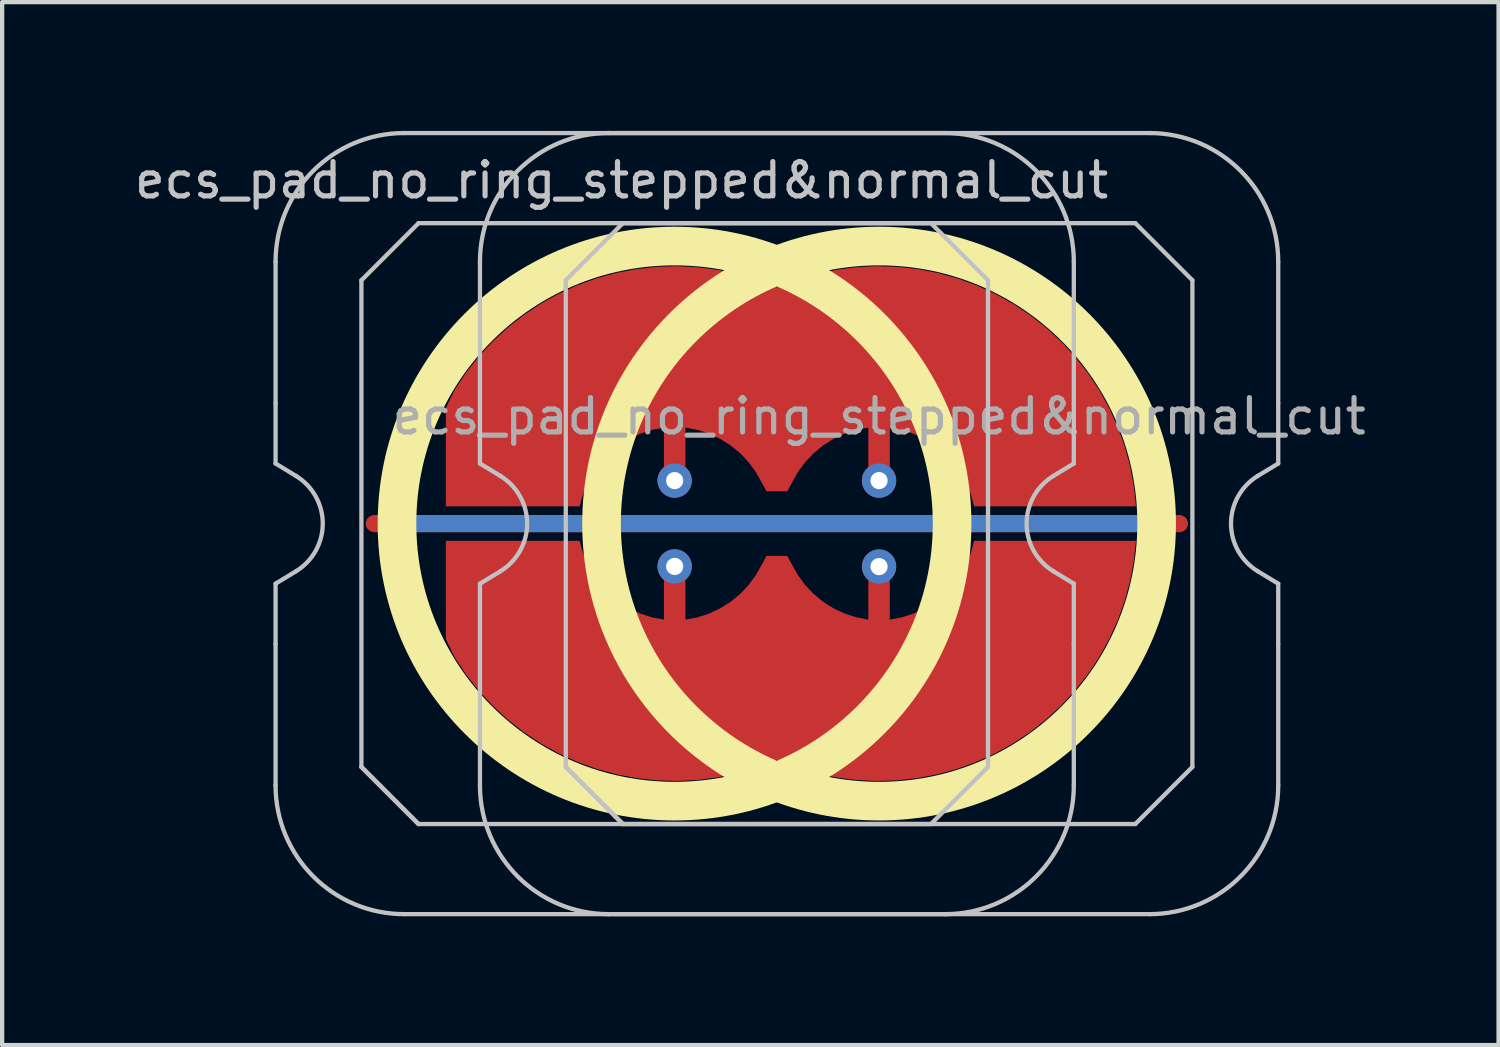
<source format=kicad_pcb>
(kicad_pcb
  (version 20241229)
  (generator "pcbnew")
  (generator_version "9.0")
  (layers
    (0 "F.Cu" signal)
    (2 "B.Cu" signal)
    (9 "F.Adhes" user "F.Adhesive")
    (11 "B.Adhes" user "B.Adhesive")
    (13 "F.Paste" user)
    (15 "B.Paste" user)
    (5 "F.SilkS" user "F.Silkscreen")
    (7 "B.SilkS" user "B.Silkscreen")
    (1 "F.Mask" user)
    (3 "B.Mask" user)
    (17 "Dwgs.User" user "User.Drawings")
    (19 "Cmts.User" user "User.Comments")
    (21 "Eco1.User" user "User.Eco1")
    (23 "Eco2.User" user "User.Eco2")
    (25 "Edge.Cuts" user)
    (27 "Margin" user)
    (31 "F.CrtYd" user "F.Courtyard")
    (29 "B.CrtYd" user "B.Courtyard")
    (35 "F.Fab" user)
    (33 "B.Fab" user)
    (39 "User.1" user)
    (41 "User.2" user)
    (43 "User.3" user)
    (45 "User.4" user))
  (footprint "ecs_pad_no_ring_stepped&normal_cut"
    (layer "F.Cu")
    (at 17.433 9.15)
    (property "Reference" "ecs_pad_no_ring_stepped&normal_cut" (at -6 -8 0) (layer "Dwgs.User") (effects (font (size 0.8 0.8) (thickness 0.12))))
    (attr smd)
    (fp_circle (center -4.766 0) (end 1.701 0) (stroke (width 0.9) (type solid)) (fill no) (layer "F.SilkS"))
    (fp_circle (center 0 0) (end 6.467 0) (stroke (width 0.9) (type solid)) (fill no) (layer "F.SilkS"))
    (fp_line (start -14.062 -2.805) (end -14.062 -6.1) (stroke (width 0.1) (type solid)) (layer "Dwgs.User"))
    (fp_line (start -14.062 -1.4) (end -14.062 -2.805) (stroke (width 0.1) (type solid)) (layer "Dwgs.User"))
    (fp_line (start -14.062 1.4) (end -13.587 1.111) (stroke (width 0.1) (type solid)) (layer "Dwgs.User"))
    (fp_line (start -14.062 2.805) (end -14.062 1.4) (stroke (width 0.1) (type solid)) (layer "Dwgs.User"))
    (fp_line (start -14.062 6.1) (end -14.062 2.805) (stroke (width 0.1) (type solid)) (layer "Dwgs.User"))
    (fp_line (start -13.587 -1.111) (end -14.062 -1.4) (stroke (width 0.1) (type solid)) (layer "Dwgs.User"))
    (fp_line (start -12.062 -5.67) (end -10.732 -7) (stroke (width 0.1) (type solid)) (layer "Dwgs.User"))
    (fp_line (start -12.062 5.67) (end -12.062 -5.67) (stroke (width 0.1) (type solid)) (layer "Dwgs.User"))
    (fp_line (start -12.062 5.67) (end -10.732 7) (stroke (width 0.1) (type solid)) (layer "Dwgs.User"))
    (fp_line (start -11.062 -9.1) (end 1.538 -9.1) (stroke (width 0.1) (type solid)) (layer "Dwgs.User"))
    (fp_line (start -10.732 -7) (end 1.208 -7) (stroke (width 0.1) (type solid)) (layer "Dwgs.User"))
    (fp_line (start -10.732 7) (end -12.062 5.67) (stroke (width 0.1) (type solid)) (layer "Dwgs.User"))
    (fp_line (start -9.3 -2.805) (end -9.3 -6.1) (stroke (width 0.1) (type solid)) (layer "Dwgs.User"))
    (fp_line (start -9.3 -1.4) (end -9.3 -2.805) (stroke (width 0.1) (type solid)) (layer "Dwgs.User"))
    (fp_line (start -9.3 1.4) (end -8.824 1.111) (stroke (width 0.1) (type solid)) (layer "Dwgs.User"))
    (fp_line (start -9.3 2.805) (end -9.3 1.4) (stroke (width 0.1) (type solid)) (layer "Dwgs.User"))
    (fp_line (start -9.3 6.1) (end -9.3 2.805) (stroke (width 0.1) (type solid)) (layer "Dwgs.User"))
    (fp_line (start -8.824 -1.111) (end -9.3 -1.4) (stroke (width 0.1) (type solid)) (layer "Dwgs.User"))
    (fp_line (start -7.3 -5.67) (end -5.97 -7) (stroke (width 0.1) (type solid)) (layer "Dwgs.User"))
    (fp_line (start -7.3 5.67) (end -7.3 -5.67) (stroke (width 0.1) (type solid)) (layer "Dwgs.User"))
    (fp_line (start -7.3 5.67) (end -5.97 7) (stroke (width 0.1) (type solid)) (layer "Dwgs.User"))
    (fp_line (start -6.3 -9.1) (end 6.3 -9.1) (stroke (width 0.1) (type solid)) (layer "Dwgs.User"))
    (fp_line (start -5.97 -7) (end 5.97 -7) (stroke (width 0.1) (type solid)) (layer "Dwgs.User"))
    (fp_line (start -5.97 7) (end -7.3 5.67) (stroke (width 0.1) (type solid)) (layer "Dwgs.User"))
    (fp_line (start 1.208 -7) (end 2.538 -5.67) (stroke (width 0.1) (type solid)) (layer "Dwgs.User"))
    (fp_line (start 1.208 7) (end -10.732 7) (stroke (width 0.1) (type solid)) (layer "Dwgs.User"))
    (fp_line (start 1.538 9.1) (end -11.062 9.1) (stroke (width 0.1) (type solid)) (layer "Dwgs.User"))
    (fp_line (start 2.538 -5.67) (end 2.538 5.67) (stroke (width 0.1) (type solid)) (layer "Dwgs.User"))
    (fp_line (start 2.538 5.67) (end 1.208 7) (stroke (width 0.1) (type solid)) (layer "Dwgs.User"))
    (fp_line (start 4.062 1.111) (end 4.537 1.4) (stroke (width 0.1) (type solid)) (layer "Dwgs.User"))
    (fp_line (start 4.537 -6.1) (end 4.537 -2.805) (stroke (width 0.1) (type solid)) (layer "Dwgs.User"))
    (fp_line (start 4.537 -2.805) (end 4.537 -1.4) (stroke (width 0.1) (type solid)) (layer "Dwgs.User"))
    (fp_line (start 4.537 -1.4) (end 4.062 -1.111) (stroke (width 0.1) (type solid)) (layer "Dwgs.User"))
    (fp_line (start 4.537 1.4) (end 4.537 2.805) (stroke (width 0.1) (type solid)) (layer "Dwgs.User"))
    (fp_line (start 4.537 2.805) (end 4.537 6.1) (stroke (width 0.1) (type solid)) (layer "Dwgs.User"))
    (fp_line (start 5.97 -7) (end 7.3 -5.67) (stroke (width 0.1) (type solid)) (layer "Dwgs.User"))
    (fp_line (start 5.97 7) (end -5.97 7) (stroke (width 0.1) (type solid)) (layer "Dwgs.User"))
    (fp_line (start 6.3 9.1) (end -6.3 9.1) (stroke (width 0.1) (type solid)) (layer "Dwgs.User"))
    (fp_line (start 7.3 -5.67) (end 7.3 5.67) (stroke (width 0.1) (type solid)) (layer "Dwgs.User"))
    (fp_line (start 7.3 5.67) (end 5.97 7) (stroke (width 0.1) (type solid)) (layer "Dwgs.User"))
    (fp_line (start 8.824 1.111) (end 9.3 1.4) (stroke (width 0.1) (type solid)) (layer "Dwgs.User"))
    (fp_line (start 9.3 -6.1) (end 9.3 -2.805) (stroke (width 0.1) (type solid)) (layer "Dwgs.User"))
    (fp_line (start 9.3 -2.805) (end 9.3 -1.4) (stroke (width 0.1) (type solid)) (layer "Dwgs.User"))
    (fp_line (start 9.3 -1.4) (end 8.824 -1.111) (stroke (width 0.1) (type solid)) (layer "Dwgs.User"))
    (fp_line (start 9.3 1.4) (end 9.3 2.805) (stroke (width 0.1) (type solid)) (layer "Dwgs.User"))
    (fp_line (start 9.3 2.805) (end 9.3 6.1) (stroke (width 0.1) (type solid)) (layer "Dwgs.User"))
    (fp_arc (start -14.0625 -6.1) (mid -13.18382 -8.22132) (end -11.0625 -9.1) (stroke (width 0.1) (type solid)) (layer "Dwgs.User"))
    (fp_arc (start -13.586833 -1.110619) (mid -12.9625 0) (end -13.586833 1.110619) (stroke (width 0.1) (type solid)) (layer "Dwgs.User"))
    (fp_arc (start -11.0625 9.1) (mid -13.18382 8.22132) (end -14.0625 6.1) (stroke (width 0.1) (type solid)) (layer "Dwgs.User"))
    (fp_arc (start -9.3 -6.1) (mid -8.42132 -8.22132) (end -6.3 -9.1) (stroke (width 0.1) (type solid)) (layer "Dwgs.User"))
    (fp_arc (start -8.824333 -1.110619) (mid -8.2 0) (end -8.824333 1.110619) (stroke (width 0.1) (type solid)) (layer "Dwgs.User"))
    (fp_arc (start -6.3 9.1) (mid -8.42132 8.22132) (end -9.3 6.1) (stroke (width 0.1) (type solid)) (layer "Dwgs.User"))
    (fp_arc (start 1.5375 -9.1) (mid 3.65882 -8.22132) (end 4.5375 -6.1) (stroke (width 0.1) (type solid)) (layer "Dwgs.User"))
    (fp_arc (start 4.061833 1.110619) (mid 3.4375 0) (end 4.061833 -1.110619) (stroke (width 0.1) (type solid)) (layer "Dwgs.User"))
    (fp_arc (start 4.5375 6.1) (mid 3.65882 8.22132) (end 1.5375 9.1) (stroke (width 0.1) (type solid)) (layer "Dwgs.User"))
    (fp_arc (start 6.3 -9.1) (mid 8.42132 -8.22132) (end 9.3 -6.1) (stroke (width 0.1) (type solid)) (layer "Dwgs.User"))
    (fp_arc (start 8.824333 1.110619) (mid 8.2 0) (end 8.824333 -1.110619) (stroke (width 0.1) (type solid)) (layer "Dwgs.User"))
    (fp_arc (start 9.3 6.1) (mid 8.42132 8.22132) (end 6.3 9.1) (stroke (width 0.1) (type solid)) (layer "Dwgs.User"))
    (fp_text user "${REFERENCE}" (at 0 -2.5 0) (layer "F.Fab") (effects (font (size 0.8 0.8) (thickness 0.12))))
    (pad "1" smd custom (at -4.763 -1.002 180) (size 0.169 0.169) (layers "F.Cu") (options (anchor circle)) (primitives (gr_poly (pts (xy 0.231 -0.096) (xy 0.177 -0.177) (xy 0.096 -0.231) (xy 0 -0.25) (xy -0.096 -0.231) (xy -0.177 -0.177) (xy -0.231 -0.096) (xy -0.25 0) (xy -0.25 1.236) (xy -0.532 1.182) (xy -0.805 1.093) (xy -1.064 0.971) (xy -1.307 0.817) (xy -1.528 0.635) (xy -1.725 0.426) (xy -1.894 0.194) (xy -2.034 -0.056) (xy -2.141 -0.25) (xy -2.622 -0.25) (xy -2.729 -0.056) (xy -2.868 0.194) (xy -3.038 0.426) (xy -3.235 0.635) (xy -3.456 0.817) (xy -3.698 0.971) (xy -3.958 1.093) (xy -4.231 1.182) (xy -4.512 1.236) (xy -4.512 0) (xy -4.532 -0.096) (xy -4.586 -0.177) (xy -4.667 -0.231) (xy -4.763 -0.25) (xy -4.858 -0.231) (xy -4.939 -0.177) (xy -4.993 -0.096) (xy -5.013 0) (xy -5.013 1.236) (xy -5.294 1.182) (xy -5.567 1.093) (xy -5.827 0.971) (xy -6.069 0.817) (xy -6.29 0.635) (xy -6.487 0.426) (xy -6.657 0.194) (xy -6.796 -0.056) (xy -6.903 -0.323) (xy -6.976 -0.6) (xy -10.748 -0.6) (xy -10.697 -0.125) (xy -10.609 0.344) (xy -10.483 0.805) (xy -10.321 1.255) (xy -10.123 1.69) (xy -9.892 2.108) (xy -9.628 2.506) (xy -9.333 2.882) (xy -9.01 3.233) (xy -8.659 3.557) (xy -8.284 3.853) (xy -7.886 4.118) (xy -7.469 4.35) (xy -7.034 4.548) (xy -6.585 4.711) (xy -6.125 4.838) (xy -5.655 4.928) (xy -5.18 4.98) (xy -4.703 4.995) (xy -4.226 4.971) (xy -3.752 4.909) (xy -3.285 4.81) (xy -2.827 4.674) (xy -2.381 4.502) (xy -1.936 4.674) (xy -1.478 4.81) (xy -1.01 4.909) (xy -0.537 4.971) (xy -0.06 4.995) (xy 0.418 4.98) (xy 0.893 4.928) (xy 1.362 4.838) (xy 1.823 4.711) (xy 2.272 4.548) (xy 2.706 4.35) (xy 3.124 4.118) (xy 3.521 3.853) (xy 3.897 3.557) (xy 4.247 3.233) (xy 4.571 2.882) (xy 4.866 2.506) (xy 5.129 2.108) (xy 5.332 1.69) (xy 5.332 -0.6) (xy 2.214 -0.6) (xy 2.141 -0.323) (xy 2.034 -0.056) (xy 1.894 0.194) (xy 1.725 0.426) (xy 1.528 0.635) (xy 1.307 0.817) (xy 1.064 0.971) (xy 0.805 1.093) (xy 0.532 1.182) (xy 0.25 1.236) (xy 0.25 0)) (width 0) (fill yes))))
    (pad "1" thru_hole circle (at -4.763 -1.002 270) (size 0.8 0.8) (drill 0.4) (layers "*.Cu"))
    (pad "1" thru_hole circle (at -0.001 -1.002 270) (size 0.8 0.8) (drill 0.4) (layers "*.Cu"))
    (pad "2" thru_hole circle (at -4.763 0.998 270) (size 0.8 0.8) (drill 0.4) (layers "*.Cu"))
    (pad "2" smd custom (at -4.763 1.002) (size 0.169 0.169) (layers "F.Cu") (options (anchor circle)) (primitives (gr_poly (pts (xy -0.231 -0.096) (xy -0.177 -0.177) (xy -0.096 -0.231) (xy 0 -0.25) (xy 0.096 -0.231) (xy 0.177 -0.177) (xy 0.231 -0.096) (xy 0.25 0) (xy 0.25 1.236) (xy 0.532 1.182) (xy 0.805 1.093) (xy 1.064 0.971) (xy 1.307 0.817) (xy 1.528 0.635) (xy 1.725 0.426) (xy 1.894 0.194) (xy 2.034 -0.056) (xy 2.141 -0.25) (xy 2.622 -0.25) (xy 2.729 -0.056) (xy 2.868 0.194) (xy 3.038 0.426) (xy 3.235 0.635) (xy 3.456 0.817) (xy 3.698 0.971) (xy 3.958 1.093) (xy 4.231 1.182) (xy 4.512 1.236) (xy 4.512 0) (xy 4.532 -0.096) (xy 4.586 -0.177) (xy 4.667 -0.231) (xy 4.763 -0.25) (xy 4.858 -0.231) (xy 4.939 -0.177) (xy 4.993 -0.096) (xy 5.013 0) (xy 5.013 1.236) (xy 5.294 1.182) (xy 5.567 1.093) (xy 5.827 0.971) (xy 6.069 0.817) (xy 6.29 0.635) (xy 6.487 0.426) (xy 6.657 0.194) (xy 6.796 -0.056) (xy 6.903 -0.323) (xy 6.976 -0.6) (xy 10.748 -0.6) (xy 10.697 -0.125) (xy 10.609 0.344) (xy 10.483 0.805) (xy 10.321 1.255) (xy 10.123 1.69) (xy 9.892 2.108) (xy 9.628 2.506) (xy 9.333 2.882) (xy 9.01 3.233) (xy 8.659 3.557) (xy 8.284 3.853) (xy 7.886 4.118) (xy 7.469 4.35) (xy 7.034 4.548) (xy 6.585 4.711) (xy 6.125 4.838) (xy 5.655 4.928) (xy 5.18 4.98) (xy 4.703 4.995) (xy 4.226 4.971) (xy 3.752 4.909) (xy 3.285 4.81) (xy 2.827 4.674) (xy 2.381 4.502) (xy 1.936 4.674) (xy 1.478 4.81) (xy 1.01 4.909) (xy 0.537 4.971) (xy 0.06 4.995) (xy -0.418 4.98) (xy -0.893 4.928) (xy -1.362 4.838) (xy -1.823 4.711) (xy -2.272 4.548) (xy -2.706 4.35) (xy -3.124 4.118) (xy -3.521 3.853) (xy -3.897 3.557) (xy -4.247 3.233) (xy -4.571 2.882) (xy -4.866 2.506) (xy -5.129 2.108) (xy -5.332 1.69) (xy -5.332 -0.6) (xy -2.214 -0.6) (xy -2.141 -0.323) (xy -2.034 -0.056) (xy -1.894 0.194) (xy -1.725 0.426) (xy -1.528 0.635) (xy -1.307 0.817) (xy -1.064 0.971) (xy -0.805 1.093) (xy -0.532 1.182) (xy -0.25 1.236) (xy -0.25 0)) (width 0) (fill yes))))
    (pad "2" thru_hole circle (at -0.001 1.002 270) (size 0.8 0.8) (drill 0.4) (layers "*.Cu"))
    (pad "3" smd custom (at 0 0 90) (size 0.4 0.4) (layers "F.Cu") (options (anchor rect)) (primitives (gr_line (start 0 -11.763) (end 0 7) (width 0.4))))
    (pad "3" smd custom (at 0 0 90) (size 0.4 0.4) (layers "B.Cu") (options (anchor rect)) (primitives (gr_line (start 0 -11.263) (end 0 6.5) (width 0.4))))
    (zone (net_name "") (layer "F.Cu") (hatch edge 0.508) (connect_pads) (min_thickness 0.254) (filled_areas_thickness no) (keepout (tracks allowed) (vias allowed) (pads allowed) (copperpour not_allowed) (footprints allowed)) (placement (enabled no)) (fill) (polygon (pts (xy 12.67 16.155) (xy 13.183 16.136) (xy 13.694 16.08) (xy 14.198 15.986) (xy 14.695 15.856) (xy 15.181 15.69) (xy 15.653 15.488) (xy 16.109 15.253) (xy 16.547 14.985) (xy 16.964 14.685) (xy 17.358 14.356) (xy 17.726 13.998) (xy 18.068 13.615) (xy 18.38 13.208) (xy 18.662 12.779) (xy 18.912 12.33) (xy 19.128 11.865) (xy 19.309 11.384) (xy 19.455 10.892) (xy 19.565 10.39) (xy 19.637 9.882) (xy 19.672 9.37) (xy 19.669 8.857) (xy 19.629 8.345) (xy 19.551 7.837) (xy 19.437 7.337) (xy 19.286 6.846) (xy 19.099 6.368) (xy 18.878 5.905) (xy 18.624 5.459) (xy 18.337 5.033) (xy 18.021 4.629) (xy 17.675 4.249) (xy 17.303 3.896) (xy 16.905 3.57) (xy 16.485 3.275) (xy 16.045 3.012) (xy 15.586 2.781) (xy 15.112 2.584) (xy 14.625 2.423) (xy 14.127 2.298) (xy 13.621 2.21) (xy 13.11 2.159) (xy 12.597 2.145) (xy 12.084 2.17) (xy 11.575 2.231) (xy 11.071 2.33) (xy 10.576 2.466) (xy 10.092 2.637) (xy 9.622 2.843) (xy 9.168 3.084) (xy 8.733 3.356) (xy 8.319 3.66) (xy 7.929 3.994) (xy 7.564 4.355) (xy 7.227 4.742) (xy 6.918 5.152) (xy 6.641 5.584) (xy 6.396 6.035) (xy 6.185 6.503) (xy 6.008 6.985) (xy 5.868 7.479) (xy 5.764 7.982) (xy 5.697 8.491) (xy 5.667 9.003) (xy 5.675 9.517) (xy 5.721 10.028) (xy 5.804 10.535) (xy 5.923 11.034) (xy 6.08 11.523) (xy 6.271 11.999) (xy 6.497 12.46) (xy 6.756 12.903) (xy 7.047 13.326) (xy 7.368 13.727) (xy 7.717 14.103) (xy 8.093 14.453) (xy 8.494 14.774) (xy 8.917 15.064) (xy 9.36 15.323) (xy 9.821 15.549) (xy 10.298 15.741) (xy 10.787 15.897) (xy 11.286 16.017) (xy 11.792 16.1) (xy 12.304 16.145))))
    (zone (net_name "") (layer "F.Cu") (hatch edge 0.508) (connect_pads) (min_thickness 0.254) (filled_areas_thickness no) (keepout (tracks allowed) (vias allowed) (pads allowed) (copperpour not_allowed) (footprints allowed)) (placement (enabled no)) (fill) (polygon (pts (xy 17.433 2.143) (xy 16.92 2.162) (xy 16.41 2.218) (xy 15.905 2.312) (xy 15.409 2.442) (xy 14.923 2.608) (xy 14.451 2.81) (xy 13.995 3.045) (xy 13.557 3.313) (xy 13.14 3.613) (xy 12.746 3.942) (xy 12.377 4.3) (xy 12.036 4.683) (xy 11.723 5.09) (xy 11.442 5.519) (xy 11.192 5.968) (xy 10.976 6.433) (xy 10.794 6.914) (xy 10.649 7.406) (xy 10.539 7.908) (xy 10.467 8.416) (xy 10.432 8.928) (xy 10.435 9.441) (xy 10.475 9.953) (xy 10.553 10.461) (xy 10.667 10.961) (xy 10.818 11.452) (xy 11.005 11.93) (xy 11.226 12.393) (xy 11.48 12.839) (xy 11.766 13.265) (xy 12.083 13.669) (xy 12.429 14.049) (xy 12.801 14.402) (xy 13.198 14.728) (xy 13.618 15.023) (xy 14.059 15.286) (xy 14.517 15.517) (xy 14.992 15.714) (xy 15.479 15.875) (xy 15.977 16) (xy 16.483 16.088) (xy 16.993 16.139) (xy 17.507 16.153) (xy 18.019 16.128) (xy 18.529 16.067) (xy 19.033 15.968) (xy 19.528 15.832) (xy 20.012 15.661) (xy 20.482 15.455) (xy 20.936 15.214) (xy 21.371 14.942) (xy 21.784 14.638) (xy 22.175 14.304) (xy 22.54 13.943) (xy 22.877 13.556) (xy 23.185 13.146) (xy 23.463 12.714) (xy 23.708 12.263) (xy 23.919 11.795) (xy 24.095 11.313) (xy 24.236 10.819) (xy 24.34 10.316) (xy 24.407 9.807) (xy 24.437 9.295) (xy 24.429 8.781) (xy 24.383 8.27) (xy 24.3 7.763) (xy 24.18 7.264) (xy 24.024 6.775) (xy 23.833 6.299) (xy 23.607 5.838) (xy 23.348 5.395) (xy 23.057 4.972) (xy 22.736 4.571) (xy 22.387 4.195) (xy 22.01 3.845) (xy 21.61 3.524) (xy 21.187 3.234) (xy 20.744 2.975) (xy 20.282 2.749) (xy 19.806 2.557) (xy 19.317 2.401) (xy 18.818 2.281) (xy 18.311 2.198) (xy 17.8 2.153))))
    (zone (net_name "") (layer "B.Cu") (hatch edge 0.508) (connect_pads) (min_thickness 0.254) (filled_areas_thickness no) (keepout (tracks allowed) (vias allowed) (pads allowed) (copperpour not_allowed) (footprints allowed)) (placement (enabled no)) (fill) (polygon (pts (xy 12.67 15.708) (xy 13.185 15.688) (xy 13.696 15.628) (xy 14.201 15.527) (xy 14.697 15.387) (xy 15.18 15.209) (xy 15.648 14.993) (xy 16.097 14.742) (xy 16.525 14.456) (xy 16.93 14.137) (xy 17.308 13.787) (xy 17.657 13.409) (xy 17.976 13.005) (xy 18.262 12.577) (xy 18.514 12.127) (xy 18.729 11.66) (xy 18.908 11.177) (xy 19.047 10.681) (xy 19.148 10.176) (xy 19.208 9.665) (xy 19.229 9.15) (xy 19.208 8.635) (xy 19.148 8.124) (xy 19.047 7.619) (xy 18.908 7.123) (xy 18.729 6.64) (xy 18.514 6.173) (xy 18.262 5.723) (xy 17.976 5.295) (xy 17.657 4.891) (xy 17.308 4.513) (xy 16.93 4.163) (xy 16.525 3.844) (xy 16.097 3.558) (xy 15.648 3.307) (xy 15.18 3.091) (xy 14.697 2.913) (xy 14.201 2.773) (xy 13.696 2.672) (xy 13.185 2.612) (xy 12.67 2.592) (xy 12.156 2.612) (xy 11.644 2.672) (xy 11.139 2.773) (xy 10.644 2.913) (xy 10.161 3.091) (xy 9.693 3.307) (xy 9.244 3.558) (xy 8.815 3.844) (xy 8.411 4.163) (xy 8.033 4.513) (xy 7.683 4.891) (xy 7.365 5.295) (xy 7.079 5.723) (xy 6.827 6.173) (xy 6.611 6.64) (xy 6.433 7.123) (xy 6.293 7.619) (xy 6.193 8.124) (xy 6.132 8.635) (xy 6.112 9.15) (xy 6.132 9.665) (xy 6.193 10.176) (xy 6.293 10.681) (xy 6.433 11.177) (xy 6.611 11.66) (xy 6.827 12.127) (xy 7.079 12.577) (xy 7.365 13.005) (xy 7.683 13.409) (xy 8.033 13.787) (xy 8.411 14.137) (xy 8.815 14.456) (xy 9.244 14.742) (xy 9.693 14.993) (xy 10.161 15.209) (xy 10.644 15.387) (xy 11.139 15.527) (xy 11.644 15.628) (xy 12.156 15.688))))
    (zone (net_name "") (layer "B.Cu") (hatch edge 0.508) (connect_pads) (min_thickness 0.254) (filled_areas_thickness no) (keepout (tracks allowed) (vias allowed) (pads allowed) (copperpour not_allowed) (footprints allowed)) (placement (enabled no)) (fill) (polygon (pts (xy 17.433 2.59) (xy 16.919 2.61) (xy 16.407 2.67) (xy 15.902 2.771) (xy 15.407 2.911) (xy 14.924 3.089) (xy 14.456 3.305) (xy 14.007 3.556) (xy 13.578 3.842) (xy 13.174 4.161) (xy 12.796 4.511) (xy 12.446 4.889) (xy 12.128 5.293) (xy 11.842 5.721) (xy 11.59 6.171) (xy 11.374 6.638) (xy 11.196 7.121) (xy 11.056 7.617) (xy 10.956 8.122) (xy 10.895 8.633) (xy 10.875 9.148) (xy 10.895 9.663) (xy 10.956 10.174) (xy 11.056 10.679) (xy 11.196 11.175) (xy 11.374 11.658) (xy 11.59 12.125) (xy 11.842 12.575) (xy 12.128 13.003) (xy 12.446 13.407) (xy 12.796 13.785) (xy 13.174 14.135) (xy 13.578 14.454) (xy 14.007 14.74) (xy 14.456 14.991) (xy 14.924 15.207) (xy 15.407 15.385) (xy 15.902 15.525) (xy 16.407 15.626) (xy 16.919 15.686) (xy 17.433 15.706) (xy 17.948 15.686) (xy 18.459 15.626) (xy 18.964 15.525) (xy 19.46 15.385) (xy 19.943 15.207) (xy 20.411 14.991) (xy 20.86 14.74) (xy 21.288 14.454) (xy 21.693 14.135) (xy 22.071 13.785) (xy 22.42 13.407) (xy 22.739 13.003) (xy 23.025 12.575) (xy 23.277 12.125) (xy 23.492 11.658) (xy 23.671 11.175) (xy 23.81 10.679) (xy 23.911 10.174) (xy 23.971 9.663) (xy 23.992 9.148) (xy 23.971 8.633) (xy 23.911 8.122) (xy 23.81 7.617) (xy 23.671 7.121) (xy 23.492 6.638) (xy 23.277 6.171) (xy 23.025 5.721) (xy 22.739 5.293) (xy 22.42 4.889) (xy 22.071 4.511) (xy 21.693 4.161) (xy 21.288 3.842) (xy 20.86 3.556) (xy 20.411 3.305) (xy 19.943 3.089) (xy 19.46 2.911) (xy 18.964 2.771) (xy 18.459 2.67) (xy 17.948 2.61)))))
  (gr_rect
    (start -3 -3)
    (end 31.867 21.3)
    (stroke (width 0.1) (type default))
    (fill no)
    (layer "Edge.Cuts")))
</source>
